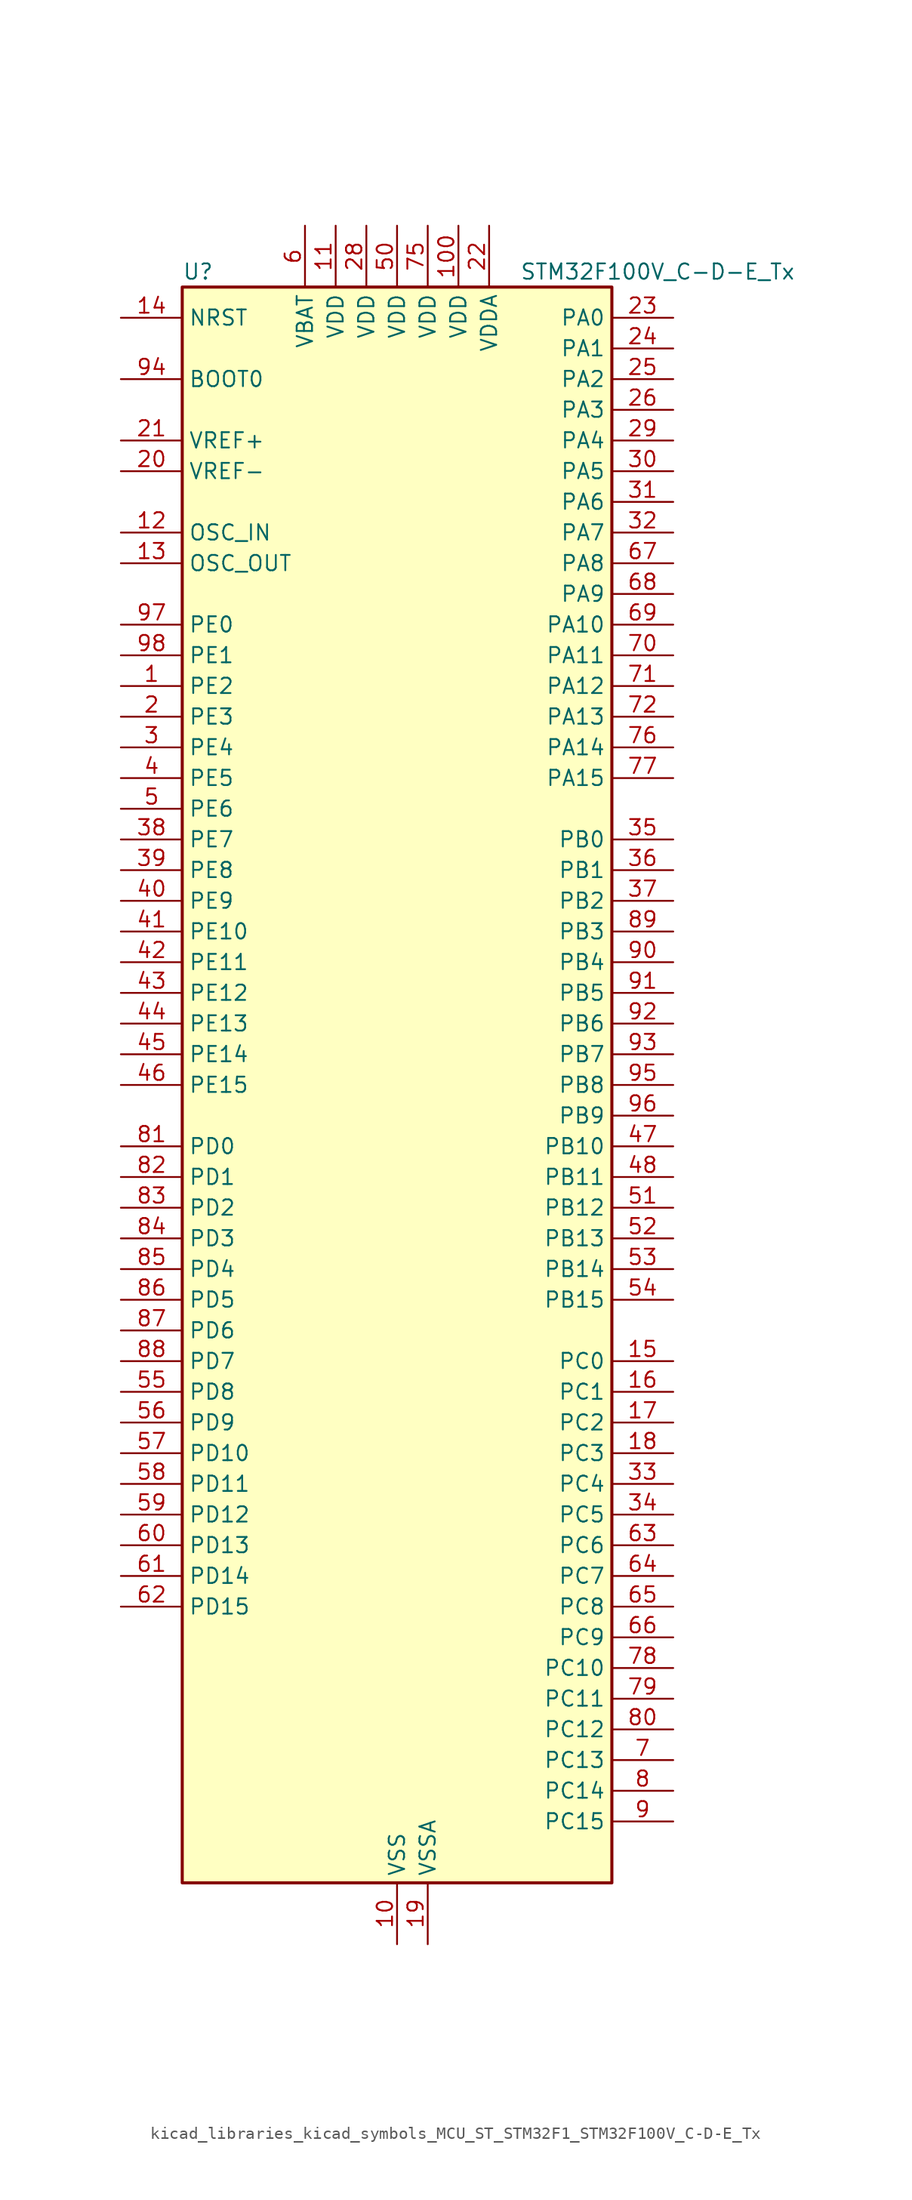
<source format=kicad_sym>
(kicad_symbol_lib
  (version 20220914)
  (generator kicad_symbol_editor)
  (symbol "kicad_libraries_kicad_symbols_MCU_ST_STM32F1_STM32F100V_C-D-E_Tx"
    (property "Reference" "U"
      (at -17.78 67.31 0)
      (effects (font (size 1.27 1.27)) (justify left)))
    (property "Value" "STM32F100V_C-D-E_Tx"
      (at 10.16 67.31 0)
      (effects (font (size 1.27 1.27)) (justify left)))
    (property "ki_locked" ""
      (at 0 0 0)
      (effects (font (size 1.27 1.27))))
    (symbol "kicad_libraries_kicad_symbols_MCU_ST_STM32F1_STM32F100V_C-D-E_Tx_0_1"
      (rectangle (start -17.78 -66.04) (end 17.78 66.04) (stroke (width 0.254) (type default)) (fill (type background))))
    (symbol "kicad_libraries_kicad_symbols_MCU_ST_STM32F1_STM32F100V_C-D-E_Tx_1_1"
      (pin bidirectional line (at -22.86 33.02 0) (length 5.08) (name "PE2" (effects (font (size 1.27 1.27)))) (number "1" (effects (font (size 1.27 1.27)))) (alternate "FSMC_A23" bidirectional line) (alternate "SYS_TRACECLK" bidirectional line))
      (pin power_in line (at 0 -71.12 90) (length 5.08) (name "VSS" (effects (font (size 1.27 1.27)))) (number "10" (effects (font (size 1.27 1.27)))))
      (pin power_in line (at 5.08 71.12 270) (length 5.08) (name "VDD" (effects (font (size 1.27 1.27)))) (number "100" (effects (font (size 1.27 1.27)))))
      (pin power_in line (at -5.08 71.12 270) (length 5.08) (name "VDD" (effects (font (size 1.27 1.27)))) (number "11" (effects (font (size 1.27 1.27)))))
      (pin input line (at -22.86 45.72 0) (length 5.08) (name "OSC_IN" (effects (font (size 1.27 1.27)))) (number "12" (effects (font (size 1.27 1.27)))) (alternate "RCC_OSC_IN" bidirectional line))
      (pin input line (at -22.86 43.18 0) (length 5.08) (name "OSC_OUT" (effects (font (size 1.27 1.27)))) (number "13" (effects (font (size 1.27 1.27)))) (alternate "RCC_OSC_OUT" bidirectional line))
      (pin input line (at -22.86 63.5 0) (length 5.08) (name "NRST" (effects (font (size 1.27 1.27)))) (number "14" (effects (font (size 1.27 1.27)))))
      (pin bidirectional line (at 22.86 -22.86 180) (length 5.08) (name "PC0" (effects (font (size 1.27 1.27)))) (number "15" (effects (font (size 1.27 1.27)))) (alternate "ADC1_IN10" bidirectional line))
      (pin bidirectional line (at 22.86 -25.4 180) (length 5.08) (name "PC1" (effects (font (size 1.27 1.27)))) (number "16" (effects (font (size 1.27 1.27)))) (alternate "ADC1_IN11" bidirectional line))
      (pin bidirectional line (at 22.86 -27.94 180) (length 5.08) (name "PC2" (effects (font (size 1.27 1.27)))) (number "17" (effects (font (size 1.27 1.27)))) (alternate "ADC1_IN12" bidirectional line))
      (pin bidirectional line (at 22.86 -30.48 180) (length 5.08) (name "PC3" (effects (font (size 1.27 1.27)))) (number "18" (effects (font (size 1.27 1.27)))) (alternate "ADC1_IN13" bidirectional line))
      (pin power_in line (at 2.54 -71.12 90) (length 5.08) (name "VSSA" (effects (font (size 1.27 1.27)))) (number "19" (effects (font (size 1.27 1.27)))))
      (pin bidirectional line (at -22.86 30.48 0) (length 5.08) (name "PE3" (effects (font (size 1.27 1.27)))) (number "2" (effects (font (size 1.27 1.27)))) (alternate "FSMC_A19" bidirectional line) (alternate "SYS_TRACED0" bidirectional line))
      (pin input line (at -22.86 50.8 0) (length 5.08) (name "VREF-" (effects (font (size 1.27 1.27)))) (number "20" (effects (font (size 1.27 1.27)))))
      (pin input line (at -22.86 53.34 0) (length 5.08) (name "VREF+" (effects (font (size 1.27 1.27)))) (number "21" (effects (font (size 1.27 1.27)))))
      (pin power_in line (at 7.62 71.12 270) (length 5.08) (name "VDDA" (effects (font (size 1.27 1.27)))) (number "22" (effects (font (size 1.27 1.27)))))
      (pin bidirectional line (at 22.86 63.5 180) (length 5.08) (name "PA0" (effects (font (size 1.27 1.27)))) (number "23" (effects (font (size 1.27 1.27)))) (alternate "ADC1_IN0" bidirectional line) (alternate "SYS_WKUP" bidirectional line) (alternate "TIM2_CH1" bidirectional line) (alternate "TIM2_ETR" bidirectional line) (alternate "TIM5_CH1" bidirectional line) (alternate "USART2_CTS" bidirectional line))
      (pin bidirectional line (at 22.86 60.96 180) (length 5.08) (name "PA1" (effects (font (size 1.27 1.27)))) (number "24" (effects (font (size 1.27 1.27)))) (alternate "ADC1_IN1" bidirectional line) (alternate "TIM2_CH2" bidirectional line) (alternate "TIM5_CH2" bidirectional line) (alternate "USART2_RTS" bidirectional line))
      (pin bidirectional line (at 22.86 58.42 180) (length 5.08) (name "PA2" (effects (font (size 1.27 1.27)))) (number "25" (effects (font (size 1.27 1.27)))) (alternate "ADC1_IN2" bidirectional line) (alternate "TIM15_CH1" bidirectional line) (alternate "TIM2_CH3" bidirectional line) (alternate "TIM5_CH3" bidirectional line) (alternate "USART2_TX" bidirectional line))
      (pin bidirectional line (at 22.86 55.88 180) (length 5.08) (name "PA3" (effects (font (size 1.27 1.27)))) (number "26" (effects (font (size 1.27 1.27)))) (alternate "ADC1_IN3" bidirectional line) (alternate "TIM15_CH2" bidirectional line) (alternate "TIM2_CH4" bidirectional line) (alternate "TIM5_CH4" bidirectional line) (alternate "USART2_RX" bidirectional line))
      (pin passive line (at 0 -71.12 90) (length 5.08) hide (name "VSS" (effects (font (size 1.27 1.27)))) (number "27" (effects (font (size 1.27 1.27)))))
      (pin power_in line (at -2.54 71.12 270) (length 5.08) (name "VDD" (effects (font (size 1.27 1.27)))) (number "28" (effects (font (size 1.27 1.27)))))
      (pin bidirectional line (at 22.86 53.34 180) (length 5.08) (name "PA4" (effects (font (size 1.27 1.27)))) (number "29" (effects (font (size 1.27 1.27)))) (alternate "ADC1_IN4" bidirectional line) (alternate "DAC_OUT1" bidirectional line) (alternate "SPI1_NSS" bidirectional line) (alternate "USART2_CK" bidirectional line))
      (pin bidirectional line (at -22.86 27.94 0) (length 5.08) (name "PE4" (effects (font (size 1.27 1.27)))) (number "3" (effects (font (size 1.27 1.27)))) (alternate "FSMC_A20" bidirectional line) (alternate "SYS_TRACED1" bidirectional line))
      (pin bidirectional line (at 22.86 50.8 180) (length 5.08) (name "PA5" (effects (font (size 1.27 1.27)))) (number "30" (effects (font (size 1.27 1.27)))) (alternate "ADC1_IN5" bidirectional line) (alternate "DAC_OUT2" bidirectional line) (alternate "SPI1_SCK" bidirectional line))
      (pin bidirectional line (at 22.86 48.26 180) (length 5.08) (name "PA6" (effects (font (size 1.27 1.27)))) (number "31" (effects (font (size 1.27 1.27)))) (alternate "ADC1_IN6" bidirectional line) (alternate "SPI1_MISO" bidirectional line) (alternate "TIM16_CH1" bidirectional line) (alternate "TIM1_BKIN" bidirectional line) (alternate "TIM3_CH1" bidirectional line))
      (pin bidirectional line (at 22.86 45.72 180) (length 5.08) (name "PA7" (effects (font (size 1.27 1.27)))) (number "32" (effects (font (size 1.27 1.27)))) (alternate "ADC1_IN7" bidirectional line) (alternate "SPI1_MOSI" bidirectional line) (alternate "TIM17_CH1" bidirectional line) (alternate "TIM1_CH1N" bidirectional line) (alternate "TIM3_CH2" bidirectional line))
      (pin bidirectional line (at 22.86 -33.02 180) (length 5.08) (name "PC4" (effects (font (size 1.27 1.27)))) (number "33" (effects (font (size 1.27 1.27)))) (alternate "ADC1_IN14" bidirectional line) (alternate "TIM12_CH1" bidirectional line))
      (pin bidirectional line (at 22.86 -35.56 180) (length 5.08) (name "PC5" (effects (font (size 1.27 1.27)))) (number "34" (effects (font (size 1.27 1.27)))) (alternate "ADC1_IN15" bidirectional line) (alternate "TIM12_CH2" bidirectional line))
      (pin bidirectional line (at 22.86 20.32 180) (length 5.08) (name "PB0" (effects (font (size 1.27 1.27)))) (number "35" (effects (font (size 1.27 1.27)))) (alternate "ADC1_IN8" bidirectional line) (alternate "TIM13_CH1" bidirectional line) (alternate "TIM1_CH2N" bidirectional line) (alternate "TIM3_CH3" bidirectional line))
      (pin bidirectional line (at 22.86 17.78 180) (length 5.08) (name "PB1" (effects (font (size 1.27 1.27)))) (number "36" (effects (font (size 1.27 1.27)))) (alternate "ADC1_IN9" bidirectional line) (alternate "TIM14_CH1" bidirectional line) (alternate "TIM1_CH3N" bidirectional line) (alternate "TIM3_CH4" bidirectional line))
      (pin bidirectional line (at 22.86 15.24 180) (length 5.08) (name "PB2" (effects (font (size 1.27 1.27)))) (number "37" (effects (font (size 1.27 1.27)))))
      (pin bidirectional line (at -22.86 20.32 0) (length 5.08) (name "PE7" (effects (font (size 1.27 1.27)))) (number "38" (effects (font (size 1.27 1.27)))) (alternate "FSMC_D4" bidirectional line) (alternate "FSMC_DA4" bidirectional line) (alternate "TIM1_ETR" bidirectional line))
      (pin bidirectional line (at -22.86 17.78 0) (length 5.08) (name "PE8" (effects (font (size 1.27 1.27)))) (number "39" (effects (font (size 1.27 1.27)))) (alternate "FSMC_D5" bidirectional line) (alternate "FSMC_DA5" bidirectional line) (alternate "TIM1_CH1N" bidirectional line))
      (pin bidirectional line (at -22.86 25.4 0) (length 5.08) (name "PE5" (effects (font (size 1.27 1.27)))) (number "4" (effects (font (size 1.27 1.27)))) (alternate "FSMC_A21" bidirectional line) (alternate "SYS_TRACED2" bidirectional line))
      (pin bidirectional line (at -22.86 15.24 0) (length 5.08) (name "PE9" (effects (font (size 1.27 1.27)))) (number "40" (effects (font (size 1.27 1.27)))) (alternate "DAC_EXTI9" bidirectional line) (alternate "FSMC_D6" bidirectional line) (alternate "FSMC_DA6" bidirectional line) (alternate "TIM1_CH1" bidirectional line))
      (pin bidirectional line (at -22.86 12.7 0) (length 5.08) (name "PE10" (effects (font (size 1.27 1.27)))) (number "41" (effects (font (size 1.27 1.27)))) (alternate "FSMC_D7" bidirectional line) (alternate "FSMC_DA7" bidirectional line) (alternate "TIM1_CH2N" bidirectional line))
      (pin bidirectional line (at -22.86 10.16 0) (length 5.08) (name "PE11" (effects (font (size 1.27 1.27)))) (number "42" (effects (font (size 1.27 1.27)))) (alternate "ADC1_EXTI11" bidirectional line) (alternate "FSMC_D8" bidirectional line) (alternate "FSMC_DA8" bidirectional line) (alternate "TIM1_CH2" bidirectional line))
      (pin bidirectional line (at -22.86 7.62 0) (length 5.08) (name "PE12" (effects (font (size 1.27 1.27)))) (number "43" (effects (font (size 1.27 1.27)))) (alternate "FSMC_D9" bidirectional line) (alternate "FSMC_DA9" bidirectional line) (alternate "TIM1_CH3N" bidirectional line))
      (pin bidirectional line (at -22.86 5.08 0) (length 5.08) (name "PE13" (effects (font (size 1.27 1.27)))) (number "44" (effects (font (size 1.27 1.27)))) (alternate "FSMC_D10" bidirectional line) (alternate "FSMC_DA10" bidirectional line) (alternate "TIM1_CH3" bidirectional line))
      (pin bidirectional line (at -22.86 2.54 0) (length 5.08) (name "PE14" (effects (font (size 1.27 1.27)))) (number "45" (effects (font (size 1.27 1.27)))) (alternate "FSMC_D11" bidirectional line) (alternate "FSMC_DA11" bidirectional line) (alternate "TIM1_CH4" bidirectional line))
      (pin bidirectional line (at -22.86 0 0) (length 5.08) (name "PE15" (effects (font (size 1.27 1.27)))) (number "46" (effects (font (size 1.27 1.27)))) (alternate "ADC1_EXTI15" bidirectional line) (alternate "FSMC_D12" bidirectional line) (alternate "FSMC_DA12" bidirectional line) (alternate "TIM1_BKIN" bidirectional line))
      (pin bidirectional line (at 22.86 -5.08 180) (length 5.08) (name "PB10" (effects (font (size 1.27 1.27)))) (number "47" (effects (font (size 1.27 1.27)))) (alternate "CEC" bidirectional line) (alternate "I2C2_SCL" bidirectional line) (alternate "TIM2_CH3" bidirectional line) (alternate "USART3_TX" bidirectional line))
      (pin bidirectional line (at 22.86 -7.62 180) (length 5.08) (name "PB11" (effects (font (size 1.27 1.27)))) (number "48" (effects (font (size 1.27 1.27)))) (alternate "ADC1_EXTI11" bidirectional line) (alternate "I2C2_SDA" bidirectional line) (alternate "TIM2_CH4" bidirectional line) (alternate "USART3_RX" bidirectional line))
      (pin passive line (at 0 -71.12 90) (length 5.08) hide (name "VSS" (effects (font (size 1.27 1.27)))) (number "49" (effects (font (size 1.27 1.27)))))
      (pin bidirectional line (at -22.86 22.86 0) (length 5.08) (name "PE6" (effects (font (size 1.27 1.27)))) (number "5" (effects (font (size 1.27 1.27)))) (alternate "FSMC_A22" bidirectional line) (alternate "SYS_TRACED3" bidirectional line))
      (pin power_in line (at 0 71.12 270) (length 5.08) (name "VDD" (effects (font (size 1.27 1.27)))) (number "50" (effects (font (size 1.27 1.27)))))
      (pin bidirectional line (at 22.86 -10.16 180) (length 5.08) (name "PB12" (effects (font (size 1.27 1.27)))) (number "51" (effects (font (size 1.27 1.27)))) (alternate "I2C2_SMBA" bidirectional line) (alternate "SPI2_NSS" bidirectional line) (alternate "TIM12_CH1" bidirectional line) (alternate "TIM1_BKIN" bidirectional line) (alternate "USART3_CK" bidirectional line))
      (pin bidirectional line (at 22.86 -12.7 180) (length 5.08) (name "PB13" (effects (font (size 1.27 1.27)))) (number "52" (effects (font (size 1.27 1.27)))) (alternate "SPI2_SCK" bidirectional line) (alternate "TIM12_CH2" bidirectional line) (alternate "TIM1_CH1N" bidirectional line) (alternate "USART3_CTS" bidirectional line))
      (pin bidirectional line (at 22.86 -15.24 180) (length 5.08) (name "PB14" (effects (font (size 1.27 1.27)))) (number "53" (effects (font (size 1.27 1.27)))) (alternate "SPI2_MISO" bidirectional line) (alternate "TIM15_CH1" bidirectional line) (alternate "TIM1_CH2N" bidirectional line) (alternate "USART3_RTS" bidirectional line))
      (pin bidirectional line (at 22.86 -17.78 180) (length 5.08) (name "PB15" (effects (font (size 1.27 1.27)))) (number "54" (effects (font (size 1.27 1.27)))) (alternate "ADC1_EXTI15" bidirectional line) (alternate "SPI2_MOSI" bidirectional line) (alternate "TIM15_CH1N" bidirectional line) (alternate "TIM15_CH2" bidirectional line) (alternate "TIM1_CH3N" bidirectional line))
      (pin bidirectional line (at -22.86 -25.4 0) (length 5.08) (name "PD8" (effects (font (size 1.27 1.27)))) (number "55" (effects (font (size 1.27 1.27)))) (alternate "FSMC_D13" bidirectional line) (alternate "FSMC_DA13" bidirectional line) (alternate "USART3_TX" bidirectional line))
      (pin bidirectional line (at -22.86 -27.94 0) (length 5.08) (name "PD9" (effects (font (size 1.27 1.27)))) (number "56" (effects (font (size 1.27 1.27)))) (alternate "DAC_EXTI9" bidirectional line) (alternate "FSMC_D14" bidirectional line) (alternate "FSMC_DA14" bidirectional line) (alternate "USART3_RX" bidirectional line))
      (pin bidirectional line (at -22.86 -30.48 0) (length 5.08) (name "PD10" (effects (font (size 1.27 1.27)))) (number "57" (effects (font (size 1.27 1.27)))) (alternate "FSMC_D15" bidirectional line) (alternate "FSMC_DA15" bidirectional line) (alternate "USART3_CK" bidirectional line))
      (pin bidirectional line (at -22.86 -33.02 0) (length 5.08) (name "PD11" (effects (font (size 1.27 1.27)))) (number "58" (effects (font (size 1.27 1.27)))) (alternate "ADC1_EXTI11" bidirectional line) (alternate "FSMC_A16" bidirectional line) (alternate "USART3_CTS" bidirectional line))
      (pin bidirectional line (at -22.86 -35.56 0) (length 5.08) (name "PD12" (effects (font (size 1.27 1.27)))) (number "59" (effects (font (size 1.27 1.27)))) (alternate "FSMC_A17" bidirectional line) (alternate "TIM4_CH1" bidirectional line) (alternate "USART3_RTS" bidirectional line))
      (pin power_in line (at -7.62 71.12 270) (length 5.08) (name "VBAT" (effects (font (size 1.27 1.27)))) (number "6" (effects (font (size 1.27 1.27)))))
      (pin bidirectional line (at -22.86 -38.1 0) (length 5.08) (name "PD13" (effects (font (size 1.27 1.27)))) (number "60" (effects (font (size 1.27 1.27)))) (alternate "FSMC_A18" bidirectional line) (alternate "TIM4_CH2" bidirectional line))
      (pin bidirectional line (at -22.86 -40.64 0) (length 5.08) (name "PD14" (effects (font (size 1.27 1.27)))) (number "61" (effects (font (size 1.27 1.27)))) (alternate "FSMC_D0" bidirectional line) (alternate "FSMC_DA0" bidirectional line) (alternate "TIM4_CH3" bidirectional line))
      (pin bidirectional line (at -22.86 -43.18 0) (length 5.08) (name "PD15" (effects (font (size 1.27 1.27)))) (number "62" (effects (font (size 1.27 1.27)))) (alternate "ADC1_EXTI15" bidirectional line) (alternate "FSMC_D1" bidirectional line) (alternate "FSMC_DA1" bidirectional line) (alternate "TIM4_CH4" bidirectional line))
      (pin bidirectional line (at 22.86 -38.1 180) (length 5.08) (name "PC6" (effects (font (size 1.27 1.27)))) (number "63" (effects (font (size 1.27 1.27)))) (alternate "TIM3_CH1" bidirectional line))
      (pin bidirectional line (at 22.86 -40.64 180) (length 5.08) (name "PC7" (effects (font (size 1.27 1.27)))) (number "64" (effects (font (size 1.27 1.27)))) (alternate "TIM3_CH2" bidirectional line))
      (pin bidirectional line (at 22.86 -43.18 180) (length 5.08) (name "PC8" (effects (font (size 1.27 1.27)))) (number "65" (effects (font (size 1.27 1.27)))) (alternate "TIM13_CH1" bidirectional line) (alternate "TIM3_CH3" bidirectional line))
      (pin bidirectional line (at 22.86 -45.72 180) (length 5.08) (name "PC9" (effects (font (size 1.27 1.27)))) (number "66" (effects (font (size 1.27 1.27)))) (alternate "DAC_EXTI9" bidirectional line) (alternate "TIM14_CH1" bidirectional line) (alternate "TIM3_CH4" bidirectional line))
      (pin bidirectional line (at 22.86 43.18 180) (length 5.08) (name "PA8" (effects (font (size 1.27 1.27)))) (number "67" (effects (font (size 1.27 1.27)))) (alternate "RCC_MCO" bidirectional line) (alternate "TIM1_CH1" bidirectional line) (alternate "USART1_CK" bidirectional line))
      (pin bidirectional line (at 22.86 40.64 180) (length 5.08) (name "PA9" (effects (font (size 1.27 1.27)))) (number "68" (effects (font (size 1.27 1.27)))) (alternate "DAC_EXTI9" bidirectional line) (alternate "TIM15_BKIN" bidirectional line) (alternate "TIM1_CH2" bidirectional line) (alternate "USART1_TX" bidirectional line))
      (pin bidirectional line (at 22.86 38.1 180) (length 5.08) (name "PA10" (effects (font (size 1.27 1.27)))) (number "69" (effects (font (size 1.27 1.27)))) (alternate "TIM17_BKIN" bidirectional line) (alternate "TIM1_CH3" bidirectional line) (alternate "USART1_RX" bidirectional line))
      (pin bidirectional line (at 22.86 -55.88 180) (length 5.08) (name "PC13" (effects (font (size 1.27 1.27)))) (number "7" (effects (font (size 1.27 1.27)))) (alternate "RTC_OUT" bidirectional line) (alternate "RTC_TAMPER" bidirectional line))
      (pin bidirectional line (at 22.86 35.56 180) (length 5.08) (name "PA11" (effects (font (size 1.27 1.27)))) (number "70" (effects (font (size 1.27 1.27)))) (alternate "ADC1_EXTI11" bidirectional line) (alternate "TIM1_CH4" bidirectional line) (alternate "USART1_CTS" bidirectional line))
      (pin bidirectional line (at 22.86 33.02 180) (length 5.08) (name "PA12" (effects (font (size 1.27 1.27)))) (number "71" (effects (font (size 1.27 1.27)))) (alternate "TIM1_ETR" bidirectional line) (alternate "USART1_RTS" bidirectional line))
      (pin bidirectional line (at 22.86 30.48 180) (length 5.08) (name "PA13" (effects (font (size 1.27 1.27)))) (number "72" (effects (font (size 1.27 1.27)))) (alternate "SYS_JTMS-SWDIO" bidirectional line))
      (pin no_connect line (at -17.78 -66.04 0) (length 5.08) hide (name "NC" (effects (font (size 1.27 1.27)))) (number "73" (effects (font (size 1.27 1.27)))))
      (pin passive line (at 0 -71.12 90) (length 5.08) hide (name "VSS" (effects (font (size 1.27 1.27)))) (number "74" (effects (font (size 1.27 1.27)))))
      (pin power_in line (at 2.54 71.12 270) (length 5.08) (name "VDD" (effects (font (size 1.27 1.27)))) (number "75" (effects (font (size 1.27 1.27)))))
      (pin bidirectional line (at 22.86 27.94 180) (length 5.08) (name "PA14" (effects (font (size 1.27 1.27)))) (number "76" (effects (font (size 1.27 1.27)))) (alternate "SYS_JTCK-SWCLK" bidirectional line))
      (pin bidirectional line (at 22.86 25.4 180) (length 5.08) (name "PA15" (effects (font (size 1.27 1.27)))) (number "77" (effects (font (size 1.27 1.27)))) (alternate "ADC1_EXTI15" bidirectional line) (alternate "SPI1_NSS" bidirectional line) (alternate "SPI3_NSS" bidirectional line) (alternate "SYS_JTDI" bidirectional line) (alternate "TIM2_CH1" bidirectional line) (alternate "TIM2_ETR" bidirectional line))
      (pin bidirectional line (at 22.86 -48.26 180) (length 5.08) (name "PC10" (effects (font (size 1.27 1.27)))) (number "78" (effects (font (size 1.27 1.27)))) (alternate "UART4_TX" bidirectional line) (alternate "USART3_TX" bidirectional line))
      (pin bidirectional line (at 22.86 -50.8 180) (length 5.08) (name "PC11" (effects (font (size 1.27 1.27)))) (number "79" (effects (font (size 1.27 1.27)))) (alternate "ADC1_EXTI11" bidirectional line) (alternate "UART4_RX" bidirectional line) (alternate "USART3_RX" bidirectional line))
      (pin bidirectional line (at 22.86 -58.42 180) (length 5.08) (name "PC14" (effects (font (size 1.27 1.27)))) (number "8" (effects (font (size 1.27 1.27)))) (alternate "RCC_OSC32_IN" bidirectional line))
      (pin bidirectional line (at 22.86 -53.34 180) (length 5.08) (name "PC12" (effects (font (size 1.27 1.27)))) (number "80" (effects (font (size 1.27 1.27)))) (alternate "UART5_TX" bidirectional line) (alternate "USART3_CK" bidirectional line))
      (pin bidirectional line (at -22.86 -5.08 0) (length 5.08) (name "PD0" (effects (font (size 1.27 1.27)))) (number "81" (effects (font (size 1.27 1.27)))) (alternate "FSMC_D2" bidirectional line) (alternate "FSMC_DA2" bidirectional line))
      (pin bidirectional line (at -22.86 -7.62 0) (length 5.08) (name "PD1" (effects (font (size 1.27 1.27)))) (number "82" (effects (font (size 1.27 1.27)))) (alternate "FSMC_D3" bidirectional line) (alternate "FSMC_DA3" bidirectional line))
      (pin bidirectional line (at -22.86 -10.16 0) (length 5.08) (name "PD2" (effects (font (size 1.27 1.27)))) (number "83" (effects (font (size 1.27 1.27)))) (alternate "TIM3_ETR" bidirectional line) (alternate "UART5_RX" bidirectional line))
      (pin bidirectional line (at -22.86 -12.7 0) (length 5.08) (name "PD3" (effects (font (size 1.27 1.27)))) (number "84" (effects (font (size 1.27 1.27)))) (alternate "FSMC_CLK" bidirectional line) (alternate "USART2_CTS" bidirectional line))
      (pin bidirectional line (at -22.86 -15.24 0) (length 5.08) (name "PD4" (effects (font (size 1.27 1.27)))) (number "85" (effects (font (size 1.27 1.27)))) (alternate "FSMC_NOE" bidirectional line) (alternate "USART2_RTS" bidirectional line))
      (pin bidirectional line (at -22.86 -17.78 0) (length 5.08) (name "PD5" (effects (font (size 1.27 1.27)))) (number "86" (effects (font (size 1.27 1.27)))) (alternate "FSMC_NWE" bidirectional line) (alternate "USART2_TX" bidirectional line))
      (pin bidirectional line (at -22.86 -20.32 0) (length 5.08) (name "PD6" (effects (font (size 1.27 1.27)))) (number "87" (effects (font (size 1.27 1.27)))) (alternate "FSMC_NWAIT" bidirectional line) (alternate "USART2_RX" bidirectional line))
      (pin bidirectional line (at -22.86 -22.86 0) (length 5.08) (name "PD7" (effects (font (size 1.27 1.27)))) (number "88" (effects (font (size 1.27 1.27)))) (alternate "FSMC_NE1" bidirectional line) (alternate "USART2_CK" bidirectional line))
      (pin bidirectional line (at 22.86 12.7 180) (length 5.08) (name "PB3" (effects (font (size 1.27 1.27)))) (number "89" (effects (font (size 1.27 1.27)))) (alternate "SPI1_SCK" bidirectional line) (alternate "SPI3_SCK" bidirectional line) (alternate "SYS_JTDO-TRACESWO" bidirectional line) (alternate "TIM2_CH2" bidirectional line))
      (pin bidirectional line (at 22.86 -60.96 180) (length 5.08) (name "PC15" (effects (font (size 1.27 1.27)))) (number "9" (effects (font (size 1.27 1.27)))) (alternate "ADC1_EXTI15" bidirectional line) (alternate "RCC_OSC32_OUT" bidirectional line))
      (pin bidirectional line (at 22.86 10.16 180) (length 5.08) (name "PB4" (effects (font (size 1.27 1.27)))) (number "90" (effects (font (size 1.27 1.27)))) (alternate "SPI1_MISO" bidirectional line) (alternate "SPI3_MISO" bidirectional line) (alternate "SYS_NJTRST" bidirectional line) (alternate "TIM3_CH1" bidirectional line))
      (pin bidirectional line (at 22.86 7.62 180) (length 5.08) (name "PB5" (effects (font (size 1.27 1.27)))) (number "91" (effects (font (size 1.27 1.27)))) (alternate "I2C1_SMBA" bidirectional line) (alternate "SPI1_MOSI" bidirectional line) (alternate "SPI3_MOSI" bidirectional line) (alternate "TIM16_BKIN" bidirectional line) (alternate "TIM3_CH2" bidirectional line))
      (pin bidirectional line (at 22.86 5.08 180) (length 5.08) (name "PB6" (effects (font (size 1.27 1.27)))) (number "92" (effects (font (size 1.27 1.27)))) (alternate "I2C1_SCL" bidirectional line) (alternate "TIM16_CH1N" bidirectional line) (alternate "TIM4_CH1" bidirectional line) (alternate "USART1_TX" bidirectional line))
      (pin bidirectional line (at 22.86 2.54 180) (length 5.08) (name "PB7" (effects (font (size 1.27 1.27)))) (number "93" (effects (font (size 1.27 1.27)))) (alternate "FSMC_NL" bidirectional line) (alternate "I2C1_SDA" bidirectional line) (alternate "TIM17_CH1N" bidirectional line) (alternate "TIM4_CH2" bidirectional line) (alternate "USART1_RX" bidirectional line))
      (pin input line (at -22.86 58.42 0) (length 5.08) (name "BOOT0" (effects (font (size 1.27 1.27)))) (number "94" (effects (font (size 1.27 1.27)))))
      (pin bidirectional line (at 22.86 0 180) (length 5.08) (name "PB8" (effects (font (size 1.27 1.27)))) (number "95" (effects (font (size 1.27 1.27)))) (alternate "CEC" bidirectional line) (alternate "I2C1_SCL" bidirectional line) (alternate "TIM16_CH1" bidirectional line) (alternate "TIM4_CH3" bidirectional line))
      (pin bidirectional line (at 22.86 -2.54 180) (length 5.08) (name "PB9" (effects (font (size 1.27 1.27)))) (number "96" (effects (font (size 1.27 1.27)))) (alternate "DAC_EXTI9" bidirectional line) (alternate "I2C1_SDA" bidirectional line) (alternate "TIM17_CH1" bidirectional line) (alternate "TIM4_CH4" bidirectional line))
      (pin bidirectional line (at -22.86 38.1 0) (length 5.08) (name "PE0" (effects (font (size 1.27 1.27)))) (number "97" (effects (font (size 1.27 1.27)))) (alternate "FSMC_NBL0" bidirectional line) (alternate "TIM4_ETR" bidirectional line))
      (pin bidirectional line (at -22.86 35.56 0) (length 5.08) (name "PE1" (effects (font (size 1.27 1.27)))) (number "98" (effects (font (size 1.27 1.27)))) (alternate "FSMC_NBL1" bidirectional line))
      (pin passive line (at 0 -71.12 90) (length 5.08) hide (name "VSS" (effects (font (size 1.27 1.27)))) (number "99" (effects (font (size 1.27 1.27))))))))
</source>
